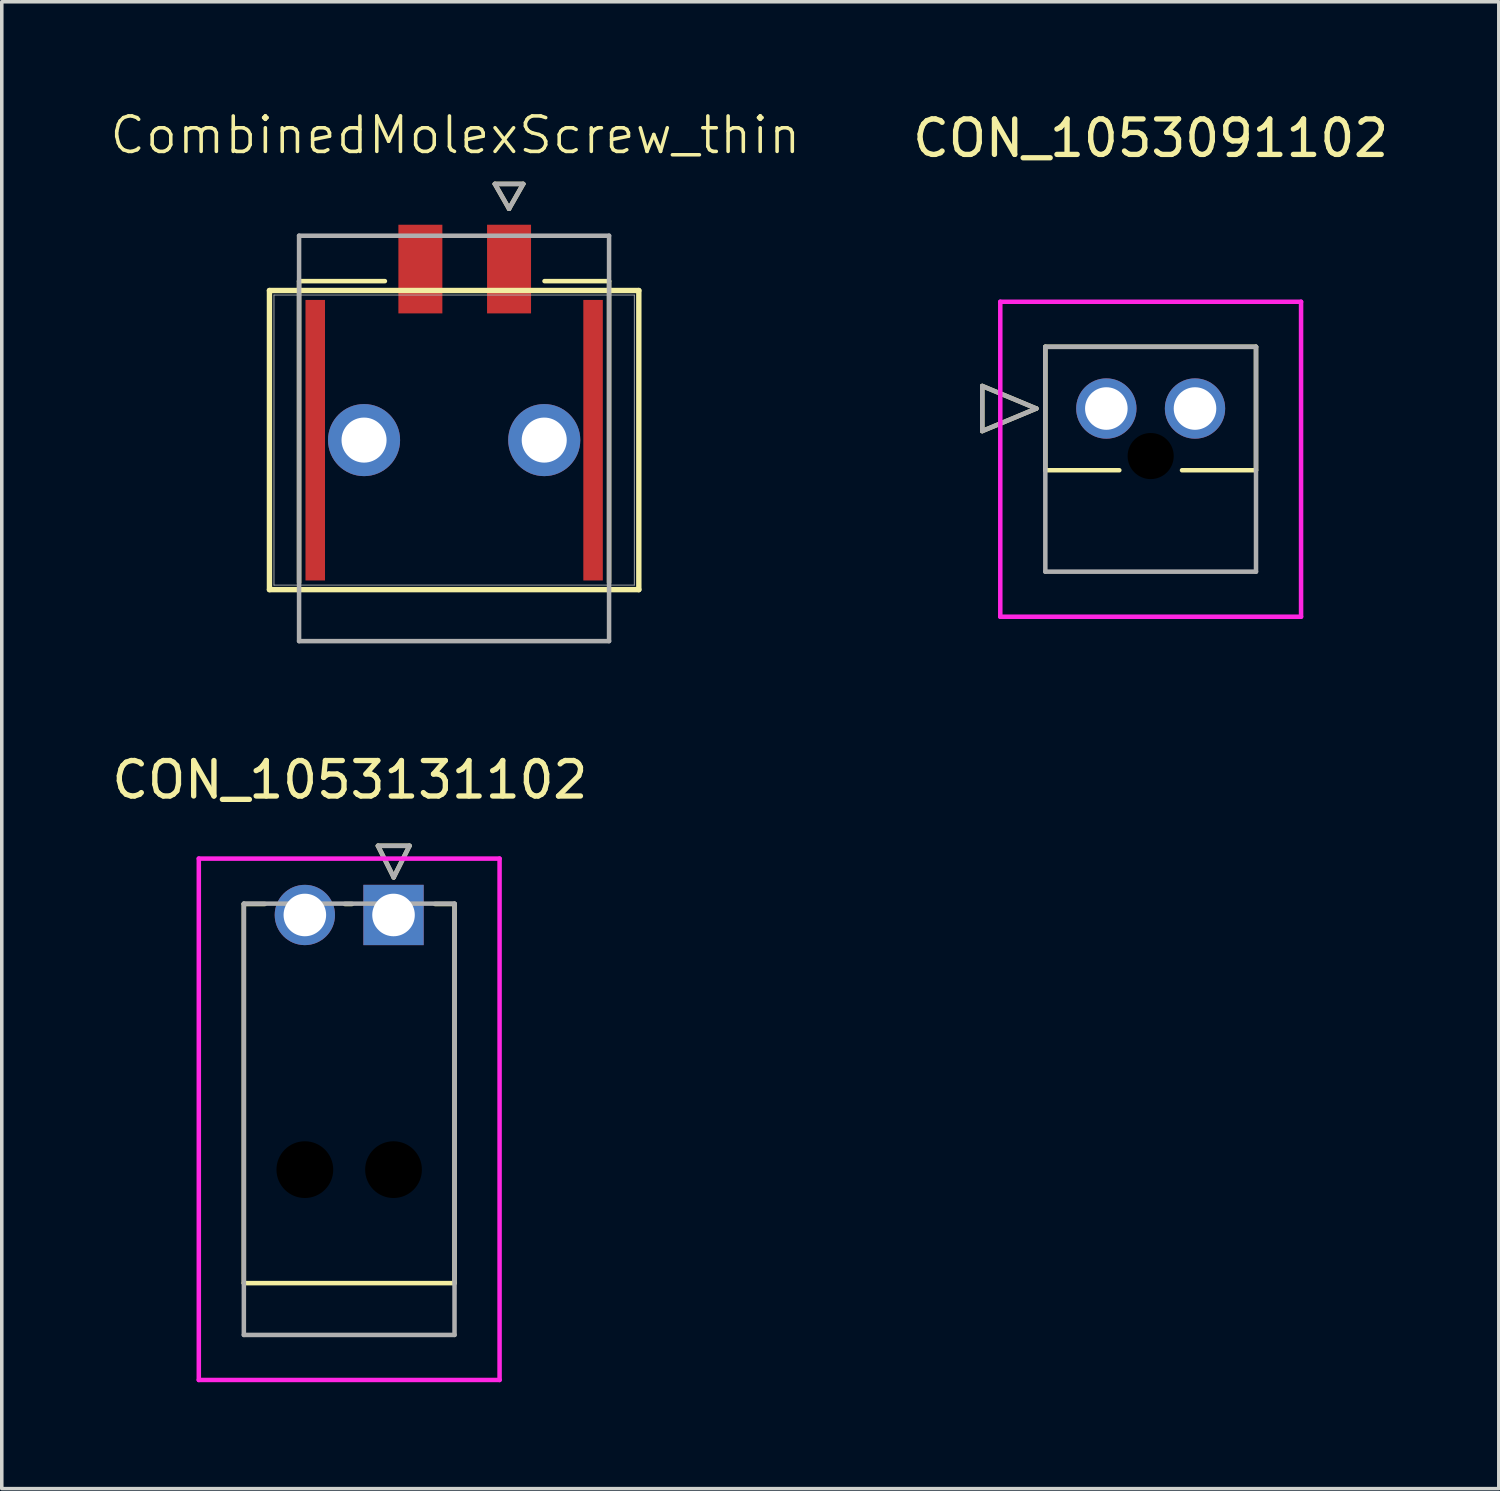
<source format=kicad_pcb>
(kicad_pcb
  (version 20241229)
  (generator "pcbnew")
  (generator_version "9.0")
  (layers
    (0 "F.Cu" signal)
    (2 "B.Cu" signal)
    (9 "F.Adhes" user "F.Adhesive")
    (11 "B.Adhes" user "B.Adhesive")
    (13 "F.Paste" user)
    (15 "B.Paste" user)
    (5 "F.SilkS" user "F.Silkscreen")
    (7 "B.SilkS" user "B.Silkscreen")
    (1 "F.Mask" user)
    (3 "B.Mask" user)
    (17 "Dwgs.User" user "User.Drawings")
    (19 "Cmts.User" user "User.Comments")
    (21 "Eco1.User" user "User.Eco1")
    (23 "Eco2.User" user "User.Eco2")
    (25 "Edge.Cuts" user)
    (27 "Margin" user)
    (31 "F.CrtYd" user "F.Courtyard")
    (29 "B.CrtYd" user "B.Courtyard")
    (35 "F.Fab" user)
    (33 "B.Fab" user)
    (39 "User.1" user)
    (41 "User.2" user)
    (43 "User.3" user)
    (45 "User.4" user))
  (footprint "CON_1053091102"
    (layer "F.Cu")
    (at 28.142 8.468)
    (property "Reference" "CON_1053091102" (at 1.25 -7.62 0) (unlocked yes) (layer "F.SilkS") (effects (font (size 1 1) (thickness 0.15))))
    (attr through_hole)
    (fp_line (start -3.498 -0.635) (end -3.498 0.635) (stroke (width 0.127) (type solid)) (layer "F.SilkS"))
    (fp_line (start -3.498 0.635) (end -1.974 0) (stroke (width 0.127) (type solid)) (layer "F.SilkS"))
    (fp_line (start -1.974 0) (end -3.498 -0.635) (stroke (width 0.127) (type solid)) (layer "F.SilkS"))
    (fp_line (start -1.72 -1.74) (end -1.72 1.74) (stroke (width 0.127) (type solid)) (layer "F.SilkS"))
    (fp_line (start -1.72 1.74) (end 0.366 1.74) (stroke (width 0.127) (type solid)) (layer "F.SilkS"))
    (fp_line (start 2.134 1.74) (end 4.22 1.74) (stroke (width 0.127) (type solid)) (layer "F.SilkS"))
    (fp_line (start 4.22 -1.74) (end -1.72 -1.74) (stroke (width 0.127) (type solid)) (layer "F.SilkS"))
    (fp_line (start 4.22 1.74) (end 4.22 -1.74) (stroke (width 0.127) (type solid)) (layer "F.SilkS"))
    (fp_line (start -2.99 -3.01) (end -2.99 5.87) (stroke (width 0.127) (type solid)) (layer "F.CrtYd"))
    (fp_line (start -2.99 5.87) (end 5.49 5.87) (stroke (width 0.127) (type solid)) (layer "F.CrtYd"))
    (fp_line (start 5.49 -3.01) (end -2.99 -3.01) (stroke (width 0.127) (type solid)) (layer "F.CrtYd"))
    (fp_line (start 5.49 5.87) (end 5.49 -3.01) (stroke (width 0.127) (type solid)) (layer "F.CrtYd"))
    (fp_line (start -3.498 -0.635) (end -3.498 0.635) (stroke (width 0.127) (type solid)) (layer "F.Fab"))
    (fp_line (start -3.498 0.635) (end -1.974 0) (stroke (width 0.127) (type solid)) (layer "F.Fab"))
    (fp_line (start -1.974 0) (end -3.498 -0.635) (stroke (width 0.127) (type solid)) (layer "F.Fab"))
    (fp_line (start -1.72 -1.74) (end -1.72 4.6) (stroke (width 0.127) (type solid)) (layer "F.Fab"))
    (fp_line (start -1.72 4.6) (end 4.22 4.6) (stroke (width 0.127) (type solid)) (layer "F.Fab"))
    (fp_line (start 4.22 -1.74) (end -1.72 -1.74) (stroke (width 0.127) (type solid)) (layer "F.Fab"))
    (fp_line (start 4.22 4.6) (end 4.22 -1.74) (stroke (width 0.127) (type solid)) (layer "F.Fab"))
    (pad "" np_thru_hole circle (at 1.25 1.34) (size 1.3 1.3) (drill 1.3) (layers))
    (pad "1" thru_hole circle (at 0 0) (size 1.7 1.7) (drill 1.2) (layers "*.Cu" "*.Mask"))
    (pad "2" thru_hole circle (at 2.5 0) (size 1.7 1.7) (drill 1.2) (layers "*.Cu" "*.Mask")))
  (footprint "CombinedMolexScrew_thin"
    (layer "F.Cu")
    (at 9.788 7.261)
    (property "Reference" "CombinedMolexScrew_thin" (at 0 -6.5 0) (unlocked yes) (layer "F.SilkS") (effects (font (size 1 1) (thickness 0.1))))
    (attr smd)
    (fp_poly (pts (xy -4.26 -1.921) (xy -3.633 -1.921) (xy -3.633 6.131) (xy -4.26 6.131)) (stroke (width 0.01) (type solid)) (fill yes) (layer "F.Mask"))
    (fp_poly (pts (xy -1.682 -4.051) (xy -0.29 -4.051) (xy -0.29 -1.399) (xy -1.682 -1.399)) (stroke (width 0.01) (type solid)) (fill yes) (layer "F.Mask"))
    (fp_poly (pts (xy 0.818 -4.051) (xy 2.21 -4.051) (xy 2.21 -1.399) (xy 0.818 -1.399)) (stroke (width 0.01) (type solid)) (fill yes) (layer "F.Mask"))
    (fp_poly (pts (xy 3.573 -1.921) (xy 4.2 -1.921) (xy 4.2 6.131) (xy 3.573 6.131)) (stroke (width 0.01) (type solid)) (fill yes) (layer "F.Mask"))
    (fp_line (start -5.241 -2.12) (end -5.241 6.313) (stroke (width 0.152) (type solid)) (layer "F.SilkS"))
    (fp_line (start -5.241 6.313) (end 5.173 6.313) (stroke (width 0.152) (type solid)) (layer "F.SilkS"))
    (fp_line (start -4.406 -2.385) (end -4.406 6.114) (stroke (width 0.127) (type solid)) (layer "F.SilkS"))
    (fp_line (start -4.406 -2.385) (end -1.986 -2.385) (stroke (width 0.127) (type solid)) (layer "F.SilkS"))
    (fp_line (start 1.114 -5.125) (end 1.514 -4.425) (stroke (width 0.127) (type solid)) (layer "F.SilkS"))
    (fp_line (start 1.514 -4.425) (end 1.914 -5.125) (stroke (width 0.127) (type solid)) (layer "F.SilkS"))
    (fp_line (start 1.914 -5.125) (end 1.114 -5.125) (stroke (width 0.127) (type solid)) (layer "F.SilkS"))
    (fp_line (start 2.514 -2.385) (end 4.334 -2.385) (stroke (width 0.127) (type solid)) (layer "F.SilkS"))
    (fp_line (start 2.514 6.305) (end -2.636 6.305) (stroke (width 0.127) (type solid)) (layer "F.SilkS"))
    (fp_line (start 4.334 -2.385) (end 4.334 6.114) (stroke (width 0.127) (type solid)) (layer "F.SilkS"))
    (fp_line (start 5.173 -2.12) (end -5.241 -2.12) (stroke (width 0.152) (type solid)) (layer "F.SilkS"))
    (fp_line (start 5.173 6.313) (end 5.173 -2.12) (stroke (width 0.152) (type solid)) (layer "F.SilkS"))
    (fp_line (start -5.114 -1.993) (end -5.114 6.186) (stroke (width 0.025) (type solid)) (layer "F.Fab"))
    (fp_line (start -5.114 6.186) (end 5.046 6.186) (stroke (width 0.025) (type solid)) (layer "F.Fab"))
    (fp_line (start -4.406 -3.665) (end 4.334 -3.665) (stroke (width 0.127) (type solid)) (layer "F.Fab"))
    (fp_line (start -4.406 7.765) (end -4.406 -3.665) (stroke (width 0.127) (type solid)) (layer "F.Fab"))
    (fp_line (start 1.114 -5.125) (end 1.514 -4.425) (stroke (width 0.127) (type solid)) (layer "F.Fab"))
    (fp_line (start 1.514 -4.425) (end 1.914 -5.125) (stroke (width 0.127) (type solid)) (layer "F.Fab"))
    (fp_line (start 1.914 -5.125) (end 1.114 -5.125) (stroke (width 0.127) (type solid)) (layer "F.Fab"))
    (fp_line (start 4.334 -3.665) (end 4.334 7.765) (stroke (width 0.127) (type solid)) (layer "F.Fab"))
    (fp_line (start 4.334 7.765) (end -4.406 7.765) (stroke (width 0.127) (type solid)) (layer "F.Fab"))
    (fp_line (start 5.046 -1.993) (end -5.114 -1.993) (stroke (width 0.025) (type solid)) (layer "F.Fab"))
    (fp_line (start 5.046 6.186) (end 5.046 -1.993) (stroke (width 0.025) (type solid)) (layer "F.Fab"))
    (pad "1" thru_hole circle (at -2.574 2.097) (size 2.032 2.032) (drill 1.27) (layers "*.Cu" "*.Mask"))
    (pad "1" smd rect (at 1.514 -2.725) (size 1.24 2.5) (layers "F.Cu" "F.Paste"))
    (pad "2" smd rect (at -0.986 -2.725) (size 1.24 2.5) (layers "F.Cu" "F.Paste"))
    (pad "2" thru_hole circle (at 2.506 2.097) (size 2.032 2.032) (drill 1.27) (layers "*.Cu" "*.Mask"))
    (pad "S1" smd rect (at -3.95 2.1) (size 0.55 7.909) (layers "F.Cu" "F.Paste"))
    (pad "S2" smd rect (at 3.883 2.1) (size 0.55 7.909) (layers "F.Cu" "F.Paste")))
  (footprint "CON_1053131102"
    (layer "F.Cu")
    (at 6.844 29.941)
    (property "Reference" "CON_1053131102" (at -0.029 -11.004 0) (unlocked yes) (layer "F.SilkS") (effects (font (size 1 1) (thickness 0.15))))
    (attr through_hole)
    (fp_line (start -3.019 -7.504) (end -3.019 3.186) (stroke (width 0.127) (type solid)) (layer "F.SilkS"))
    (fp_line (start -3.019 3.186) (end 2.921 3.186) (stroke (width 0.127) (type solid)) (layer "F.SilkS"))
    (fp_line (start -2.427 -7.504) (end -3.019 -7.504) (stroke (width 0.127) (type solid)) (layer "F.SilkS"))
    (fp_line (start 0.031 -7.504) (end -0.171 -7.504) (stroke (width 0.127) (type solid)) (layer "F.SilkS"))
    (fp_line (start 0.762 -9.144) (end 1.651 -9.144) (stroke (width 0.127) (type solid)) (layer "F.SilkS"))
    (fp_line (start 1.206 -8.255) (end 0.762 -9.144) (stroke (width 0.127) (type solid)) (layer "F.SilkS"))
    (fp_line (start 1.651 -9.144) (end 1.206 -8.255) (stroke (width 0.127) (type solid)) (layer "F.SilkS"))
    (fp_line (start 2.921 -7.504) (end 2.371 -7.504) (stroke (width 0.127) (type solid)) (layer "F.SilkS"))
    (fp_line (start 2.921 3.186) (end 2.921 -7.504) (stroke (width 0.127) (type solid)) (layer "F.SilkS"))
    (fp_line (start -4.289 -8.784) (end -4.289 5.916) (stroke (width 0.127) (type solid)) (layer "F.CrtYd"))
    (fp_line (start -4.289 5.916) (end 4.191 5.916) (stroke (width 0.127) (type solid)) (layer "F.CrtYd"))
    (fp_line (start 4.191 -8.784) (end -4.289 -8.784) (stroke (width 0.127) (type solid)) (layer "F.CrtYd"))
    (fp_line (start 4.191 5.916) (end 4.191 -8.784) (stroke (width 0.127) (type solid)) (layer "F.CrtYd"))
    (fp_line (start -3.019 -7.514) (end -3.019 4.646) (stroke (width 0.127) (type solid)) (layer "F.Fab"))
    (fp_line (start -3.019 4.646) (end 2.921 4.646) (stroke (width 0.127) (type solid)) (layer "F.Fab"))
    (fp_line (start 0.762 -9.144) (end 1.651 -9.144) (stroke (width 0.127) (type solid)) (layer "F.Fab"))
    (fp_line (start 1.206 -8.255) (end 0.762 -9.144) (stroke (width 0.127) (type solid)) (layer "F.Fab"))
    (fp_line (start 1.651 -9.144) (end 1.206 -8.255) (stroke (width 0.127) (type solid)) (layer "F.Fab"))
    (fp_line (start 2.921 -7.514) (end -3.019 -7.514) (stroke (width 0.127) (type solid)) (layer "F.Fab"))
    (fp_line (start 2.921 4.646) (end 2.921 -7.514) (stroke (width 0.127) (type solid)) (layer "F.Fab"))
    (pad "" np_thru_hole circle (at -1.299 -0.014) (size 1.6 1.6) (drill 1.6) (layers))
    (pad "" np_thru_hole circle (at 1.201 -0.014) (size 1.6 1.6) (drill 1.6) (layers))
    (pad "1" thru_hole rect (at 1.201 -7.194) (size 1.7 1.7) (drill 1.2) (layers "*.Cu" "*.Mask"))
    (pad "2" thru_hole circle (at -1.299 -7.194) (size 1.7 1.7) (drill 1.2) (layers "*.Cu" "*.Mask")))
  (gr_rect
    (start -3 -3)
    (end 39.207 38.921)
    (stroke (width 0.1) (type default))
    (fill no)
    (layer "Edge.Cuts")))
</source>
